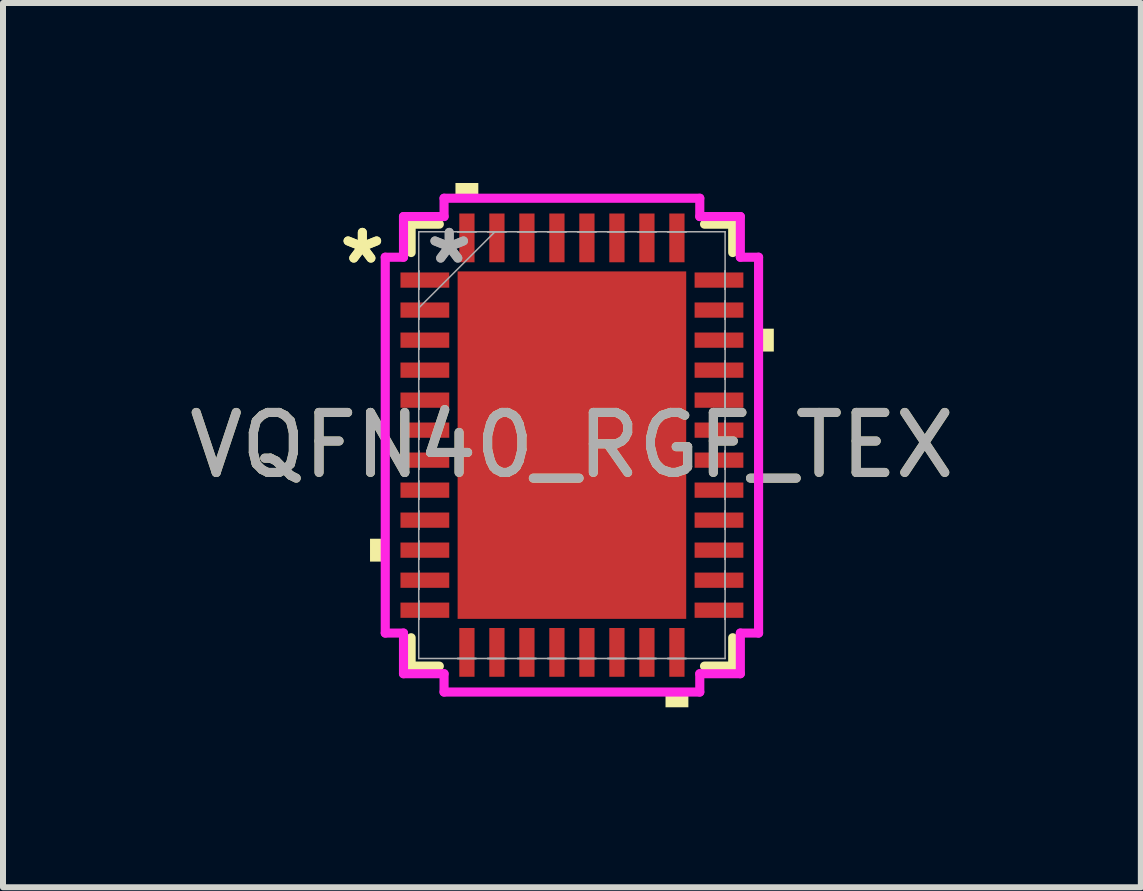
<source format=kicad_pcb>
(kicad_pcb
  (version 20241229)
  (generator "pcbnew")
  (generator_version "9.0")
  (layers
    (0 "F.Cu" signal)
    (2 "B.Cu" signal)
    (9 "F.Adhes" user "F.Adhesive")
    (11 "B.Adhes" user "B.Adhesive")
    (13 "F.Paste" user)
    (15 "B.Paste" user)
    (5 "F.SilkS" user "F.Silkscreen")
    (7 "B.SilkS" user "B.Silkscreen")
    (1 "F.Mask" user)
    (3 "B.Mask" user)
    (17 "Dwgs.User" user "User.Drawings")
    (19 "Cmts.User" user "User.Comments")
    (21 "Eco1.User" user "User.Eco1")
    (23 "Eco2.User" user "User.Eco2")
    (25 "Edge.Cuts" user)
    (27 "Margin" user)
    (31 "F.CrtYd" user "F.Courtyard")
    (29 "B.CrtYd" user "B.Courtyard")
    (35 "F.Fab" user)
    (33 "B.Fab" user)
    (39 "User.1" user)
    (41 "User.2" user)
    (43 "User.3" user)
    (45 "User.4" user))
  (footprint "VQFN40_RGF_TEX"
    (layer "F.Cu")
    (at 6.482 4.369)
    (property "Reference" "VQFN40_RGF_TEX" (at 0 0 0) (unlocked yes) (layer "F.SilkS") (effects (font (size 1 1) (thickness 0.15))))
    (attr smd)
    (fp_line (start -2.68 -3.683) (end -2.68 -3.21) (stroke (width 0.152) (type solid)) (layer "F.SilkS"))
    (fp_line (start -2.68 3.21) (end -2.68 3.683) (stroke (width 0.152) (type solid)) (layer "F.SilkS"))
    (fp_line (start -2.68 3.683) (end -2.21 3.683) (stroke (width 0.152) (type solid)) (layer "F.SilkS"))
    (fp_line (start -2.21 -3.683) (end -2.68 -3.683) (stroke (width 0.152) (type solid)) (layer "F.SilkS"))
    (fp_line (start 2.21 3.683) (end 2.68 3.683) (stroke (width 0.152) (type solid)) (layer "F.SilkS"))
    (fp_line (start 2.68 -3.683) (end 2.21 -3.683) (stroke (width 0.152) (type solid)) (layer "F.SilkS"))
    (fp_line (start 2.68 -3.21) (end 2.68 -3.683) (stroke (width 0.152) (type solid)) (layer "F.SilkS"))
    (fp_line (start 2.68 3.683) (end 2.68 3.21) (stroke (width 0.152) (type solid)) (layer "F.SilkS"))
    (fp_poly (pts (xy -3.365 1.56) (xy -3.365 1.941) (xy -3.111 1.941) (xy -3.111 1.56)) (stroke (width 0) (type solid)) (fill yes) (layer "F.SilkS"))
    (fp_poly (pts (xy -1.941 -4.115) (xy -1.941 -4.369) (xy -1.56 -4.369) (xy -1.56 -4.115)) (stroke (width 0) (type solid)) (fill yes) (layer "F.SilkS"))
    (fp_poly (pts (xy 1.56 4.115) (xy 1.56 4.369) (xy 1.941 4.369) (xy 1.941 4.115)) (stroke (width 0) (type solid)) (fill yes) (layer "F.SilkS"))
    (fp_poly (pts (xy 3.365 -1.941) (xy 3.365 -1.56) (xy 3.111 -1.56) (xy 3.111 -1.941)) (stroke (width 0) (type solid)) (fill yes) (layer "F.SilkS"))
    (fp_poly (pts (xy -1.805 -2.796) (xy -1.805 -1.548) (xy -0.735 -1.548) (xy -0.735 -2.796)) (stroke (width 0) (type solid)) (fill yes) (layer "F.Paste"))
    (fp_poly (pts (xy -1.805 -1.348) (xy -1.805 -0.1) (xy -0.735 -0.1) (xy -0.735 -1.348)) (stroke (width 0) (type solid)) (fill yes) (layer "F.Paste"))
    (fp_poly (pts (xy -1.805 0.1) (xy -1.805 1.348) (xy -0.735 1.348) (xy -0.735 0.1)) (stroke (width 0) (type solid)) (fill yes) (layer "F.Paste"))
    (fp_poly (pts (xy -1.805 1.548) (xy -1.805 2.796) (xy -0.735 2.796) (xy -0.735 1.548)) (stroke (width 0) (type solid)) (fill yes) (layer "F.Paste"))
    (fp_poly (pts (xy -0.535 -2.796) (xy -0.535 -1.548) (xy 0.535 -1.548) (xy 0.535 -2.796)) (stroke (width 0) (type solid)) (fill yes) (layer "F.Paste"))
    (fp_poly (pts (xy -0.535 -1.348) (xy -0.535 -0.1) (xy 0.535 -0.1) (xy 0.535 -1.348)) (stroke (width 0) (type solid)) (fill yes) (layer "F.Paste"))
    (fp_poly (pts (xy -0.535 0.1) (xy -0.535 1.348) (xy 0.535 1.348) (xy 0.535 0.1)) (stroke (width 0) (type solid)) (fill yes) (layer "F.Paste"))
    (fp_poly (pts (xy -0.535 1.548) (xy -0.535 2.796) (xy 0.535 2.796) (xy 0.535 1.548)) (stroke (width 0) (type solid)) (fill yes) (layer "F.Paste"))
    (fp_poly (pts (xy 0.735 -2.796) (xy 0.735 -1.548) (xy 1.805 -1.548) (xy 1.805 -2.796)) (stroke (width 0) (type solid)) (fill yes) (layer "F.Paste"))
    (fp_poly (pts (xy 0.735 -1.348) (xy 0.735 -0.1) (xy 1.805 -0.1) (xy 1.805 -1.348)) (stroke (width 0) (type solid)) (fill yes) (layer "F.Paste"))
    (fp_poly (pts (xy 0.735 0.1) (xy 0.735 1.348) (xy 1.805 1.348) (xy 1.805 0.1)) (stroke (width 0) (type solid)) (fill yes) (layer "F.Paste"))
    (fp_poly (pts (xy 0.735 1.548) (xy 0.735 2.796) (xy 1.805 2.796) (xy 1.805 1.548)) (stroke (width 0) (type solid)) (fill yes) (layer "F.Paste"))
    (fp_line (start -3.111 -3.132) (end -2.807 -3.132) (stroke (width 0.152) (type solid)) (layer "F.CrtYd"))
    (fp_line (start -3.111 3.132) (end -3.111 -3.132) (stroke (width 0.152) (type solid)) (layer "F.CrtYd"))
    (fp_line (start -2.807 -3.81) (end -2.131 -3.81) (stroke (width 0.152) (type solid)) (layer "F.CrtYd"))
    (fp_line (start -2.807 -3.132) (end -2.807 -3.81) (stroke (width 0.152) (type solid)) (layer "F.CrtYd"))
    (fp_line (start -2.807 3.132) (end -3.111 3.132) (stroke (width 0.152) (type solid)) (layer "F.CrtYd"))
    (fp_line (start -2.807 3.81) (end -2.807 3.132) (stroke (width 0.152) (type solid)) (layer "F.CrtYd"))
    (fp_line (start -2.131 -4.115) (end 2.131 -4.115) (stroke (width 0.152) (type solid)) (layer "F.CrtYd"))
    (fp_line (start -2.131 -3.81) (end -2.131 -4.115) (stroke (width 0.152) (type solid)) (layer "F.CrtYd"))
    (fp_line (start -2.131 3.81) (end -2.807 3.81) (stroke (width 0.152) (type solid)) (layer "F.CrtYd"))
    (fp_line (start -2.131 4.115) (end -2.131 3.81) (stroke (width 0.152) (type solid)) (layer "F.CrtYd"))
    (fp_line (start 2.131 -4.115) (end 2.131 -3.81) (stroke (width 0.152) (type solid)) (layer "F.CrtYd"))
    (fp_line (start 2.131 -3.81) (end 2.807 -3.81) (stroke (width 0.152) (type solid)) (layer "F.CrtYd"))
    (fp_line (start 2.131 3.81) (end 2.131 4.115) (stroke (width 0.152) (type solid)) (layer "F.CrtYd"))
    (fp_line (start 2.131 4.115) (end -2.131 4.115) (stroke (width 0.152) (type solid)) (layer "F.CrtYd"))
    (fp_line (start 2.807 -3.81) (end 2.807 -3.132) (stroke (width 0.152) (type solid)) (layer "F.CrtYd"))
    (fp_line (start 2.807 -3.132) (end 3.111 -3.132) (stroke (width 0.152) (type solid)) (layer "F.CrtYd"))
    (fp_line (start 2.807 3.132) (end 2.807 3.81) (stroke (width 0.152) (type solid)) (layer "F.CrtYd"))
    (fp_line (start 2.807 3.81) (end 2.131 3.81) (stroke (width 0.152) (type solid)) (layer "F.CrtYd"))
    (fp_line (start 3.111 -3.132) (end 3.111 3.132) (stroke (width 0.152) (type solid)) (layer "F.CrtYd"))
    (fp_line (start 3.111 3.132) (end 2.807 3.132) (stroke (width 0.152) (type solid)) (layer "F.CrtYd"))
    (fp_line (start -2.553 -3.556) (end -2.553 -3.556) (stroke (width 0.025) (type solid)) (layer "F.Fab"))
    (fp_line (start -2.553 -3.556) (end -2.553 3.556) (stroke (width 0.025) (type solid)) (layer "F.Fab"))
    (fp_line (start -2.553 -2.903) (end -2.553 -2.903) (stroke (width 0.025) (type solid)) (layer "F.Fab"))
    (fp_line (start -2.553 -2.903) (end -2.553 -2.598) (stroke (width 0.025) (type solid)) (layer "F.Fab"))
    (fp_line (start -2.553 -2.598) (end -2.553 -2.903) (stroke (width 0.025) (type solid)) (layer "F.Fab"))
    (fp_line (start -2.553 -2.598) (end -2.553 -2.598) (stroke (width 0.025) (type solid)) (layer "F.Fab"))
    (fp_line (start -2.553 -2.403) (end -2.553 -2.403) (stroke (width 0.025) (type solid)) (layer "F.Fab"))
    (fp_line (start -2.553 -2.403) (end -2.553 -2.098) (stroke (width 0.025) (type solid)) (layer "F.Fab"))
    (fp_line (start -2.553 -2.286) (end -1.283 -3.556) (stroke (width 0.025) (type solid)) (layer "F.Fab"))
    (fp_line (start -2.553 -2.098) (end -2.553 -2.403) (stroke (width 0.025) (type solid)) (layer "F.Fab"))
    (fp_line (start -2.553 -2.098) (end -2.553 -2.098) (stroke (width 0.025) (type solid)) (layer "F.Fab"))
    (fp_line (start -2.553 -1.903) (end -2.553 -1.903) (stroke (width 0.025) (type solid)) (layer "F.Fab"))
    (fp_line (start -2.553 -1.903) (end -2.553 -1.598) (stroke (width 0.025) (type solid)) (layer "F.Fab"))
    (fp_line (start -2.553 -1.598) (end -2.553 -1.903) (stroke (width 0.025) (type solid)) (layer "F.Fab"))
    (fp_line (start -2.553 -1.598) (end -2.553 -1.598) (stroke (width 0.025) (type solid)) (layer "F.Fab"))
    (fp_line (start -2.553 -1.403) (end -2.553 -1.403) (stroke (width 0.025) (type solid)) (layer "F.Fab"))
    (fp_line (start -2.553 -1.403) (end -2.553 -1.098) (stroke (width 0.025) (type solid)) (layer "F.Fab"))
    (fp_line (start -2.553 -1.098) (end -2.553 -1.403) (stroke (width 0.025) (type solid)) (layer "F.Fab"))
    (fp_line (start -2.553 -1.098) (end -2.553 -1.098) (stroke (width 0.025) (type solid)) (layer "F.Fab"))
    (fp_line (start -2.553 -0.903) (end -2.553 -0.903) (stroke (width 0.025) (type solid)) (layer "F.Fab"))
    (fp_line (start -2.553 -0.903) (end -2.553 -0.598) (stroke (width 0.025) (type solid)) (layer "F.Fab"))
    (fp_line (start -2.553 -0.598) (end -2.553 -0.903) (stroke (width 0.025) (type solid)) (layer "F.Fab"))
    (fp_line (start -2.553 -0.598) (end -2.553 -0.598) (stroke (width 0.025) (type solid)) (layer "F.Fab"))
    (fp_line (start -2.553 -0.402) (end -2.553 -0.402) (stroke (width 0.025) (type solid)) (layer "F.Fab"))
    (fp_line (start -2.553 -0.402) (end -2.553 -0.098) (stroke (width 0.025) (type solid)) (layer "F.Fab"))
    (fp_line (start -2.553 -0.098) (end -2.553 -0.402) (stroke (width 0.025) (type solid)) (layer "F.Fab"))
    (fp_line (start -2.553 -0.098) (end -2.553 -0.098) (stroke (width 0.025) (type solid)) (layer "F.Fab"))
    (fp_line (start -2.553 0.098) (end -2.553 0.098) (stroke (width 0.025) (type solid)) (layer "F.Fab"))
    (fp_line (start -2.553 0.098) (end -2.553 0.402) (stroke (width 0.025) (type solid)) (layer "F.Fab"))
    (fp_line (start -2.553 0.402) (end -2.553 0.098) (stroke (width 0.025) (type solid)) (layer "F.Fab"))
    (fp_line (start -2.553 0.402) (end -2.553 0.402) (stroke (width 0.025) (type solid)) (layer "F.Fab"))
    (fp_line (start -2.553 0.598) (end -2.553 0.598) (stroke (width 0.025) (type solid)) (layer "F.Fab"))
    (fp_line (start -2.553 0.598) (end -2.553 0.903) (stroke (width 0.025) (type solid)) (layer "F.Fab"))
    (fp_line (start -2.553 0.903) (end -2.553 0.598) (stroke (width 0.025) (type solid)) (layer "F.Fab"))
    (fp_line (start -2.553 0.903) (end -2.553 0.903) (stroke (width 0.025) (type solid)) (layer "F.Fab"))
    (fp_line (start -2.553 1.098) (end -2.553 1.098) (stroke (width 0.025) (type solid)) (layer "F.Fab"))
    (fp_line (start -2.553 1.098) (end -2.553 1.403) (stroke (width 0.025) (type solid)) (layer "F.Fab"))
    (fp_line (start -2.553 1.403) (end -2.553 1.098) (stroke (width 0.025) (type solid)) (layer "F.Fab"))
    (fp_line (start -2.553 1.403) (end -2.553 1.403) (stroke (width 0.025) (type solid)) (layer "F.Fab"))
    (fp_line (start -2.553 1.598) (end -2.553 1.598) (stroke (width 0.025) (type solid)) (layer "F.Fab"))
    (fp_line (start -2.553 1.598) (end -2.553 1.903) (stroke (width 0.025) (type solid)) (layer "F.Fab"))
    (fp_line (start -2.553 1.903) (end -2.553 1.598) (stroke (width 0.025) (type solid)) (layer "F.Fab"))
    (fp_line (start -2.553 1.903) (end -2.553 1.903) (stroke (width 0.025) (type solid)) (layer "F.Fab"))
    (fp_line (start -2.553 2.098) (end -2.553 2.098) (stroke (width 0.025) (type solid)) (layer "F.Fab"))
    (fp_line (start -2.553 2.098) (end -2.553 2.403) (stroke (width 0.025) (type solid)) (layer "F.Fab"))
    (fp_line (start -2.553 2.403) (end -2.553 2.098) (stroke (width 0.025) (type solid)) (layer "F.Fab"))
    (fp_line (start -2.553 2.403) (end -2.553 2.403) (stroke (width 0.025) (type solid)) (layer "F.Fab"))
    (fp_line (start -2.553 2.598) (end -2.553 2.598) (stroke (width 0.025) (type solid)) (layer "F.Fab"))
    (fp_line (start -2.553 2.598) (end -2.553 2.903) (stroke (width 0.025) (type solid)) (layer "F.Fab"))
    (fp_line (start -2.553 2.903) (end -2.553 2.598) (stroke (width 0.025) (type solid)) (layer "F.Fab"))
    (fp_line (start -2.553 2.903) (end -2.553 2.903) (stroke (width 0.025) (type solid)) (layer "F.Fab"))
    (fp_line (start -2.553 3.556) (end -2.553 3.556) (stroke (width 0.025) (type solid)) (layer "F.Fab"))
    (fp_line (start -2.553 3.556) (end 2.553 3.556) (stroke (width 0.025) (type solid)) (layer "F.Fab"))
    (fp_line (start -1.903 -3.556) (end -1.903 -3.556) (stroke (width 0.025) (type solid)) (layer "F.Fab"))
    (fp_line (start -1.903 -3.556) (end -1.598 -3.556) (stroke (width 0.025) (type solid)) (layer "F.Fab"))
    (fp_line (start -1.903 3.556) (end -1.903 3.556) (stroke (width 0.025) (type solid)) (layer "F.Fab"))
    (fp_line (start -1.903 3.556) (end -1.598 3.556) (stroke (width 0.025) (type solid)) (layer "F.Fab"))
    (fp_line (start -1.598 -3.556) (end -1.903 -3.556) (stroke (width 0.025) (type solid)) (layer "F.Fab"))
    (fp_line (start -1.598 -3.556) (end -1.598 -3.556) (stroke (width 0.025) (type solid)) (layer "F.Fab"))
    (fp_line (start -1.598 3.556) (end -1.903 3.556) (stroke (width 0.025) (type solid)) (layer "F.Fab"))
    (fp_line (start -1.598 3.556) (end -1.598 3.556) (stroke (width 0.025) (type solid)) (layer "F.Fab"))
    (fp_line (start -1.403 -3.556) (end -1.403 -3.556) (stroke (width 0.025) (type solid)) (layer "F.Fab"))
    (fp_line (start -1.403 -3.556) (end -1.098 -3.556) (stroke (width 0.025) (type solid)) (layer "F.Fab"))
    (fp_line (start -1.403 3.556) (end -1.403 3.556) (stroke (width 0.025) (type solid)) (layer "F.Fab"))
    (fp_line (start -1.403 3.556) (end -1.098 3.556) (stroke (width 0.025) (type solid)) (layer "F.Fab"))
    (fp_line (start -1.098 -3.556) (end -1.403 -3.556) (stroke (width 0.025) (type solid)) (layer "F.Fab"))
    (fp_line (start -1.098 -3.556) (end -1.098 -3.556) (stroke (width 0.025) (type solid)) (layer "F.Fab"))
    (fp_line (start -1.098 3.556) (end -1.403 3.556) (stroke (width 0.025) (type solid)) (layer "F.Fab"))
    (fp_line (start -1.098 3.556) (end -1.098 3.556) (stroke (width 0.025) (type solid)) (layer "F.Fab"))
    (fp_line (start -0.903 -3.556) (end -0.903 -3.556) (stroke (width 0.025) (type solid)) (layer "F.Fab"))
    (fp_line (start -0.903 -3.556) (end -0.598 -3.556) (stroke (width 0.025) (type solid)) (layer "F.Fab"))
    (fp_line (start -0.903 3.556) (end -0.903 3.556) (stroke (width 0.025) (type solid)) (layer "F.Fab"))
    (fp_line (start -0.903 3.556) (end -0.598 3.556) (stroke (width 0.025) (type solid)) (layer "F.Fab"))
    (fp_line (start -0.598 -3.556) (end -0.903 -3.556) (stroke (width 0.025) (type solid)) (layer "F.Fab"))
    (fp_line (start -0.598 -3.556) (end -0.598 -3.556) (stroke (width 0.025) (type solid)) (layer "F.Fab"))
    (fp_line (start -0.598 3.556) (end -0.903 3.556) (stroke (width 0.025) (type solid)) (layer "F.Fab"))
    (fp_line (start -0.598 3.556) (end -0.598 3.556) (stroke (width 0.025) (type solid)) (layer "F.Fab"))
    (fp_line (start -0.402 -3.556) (end -0.402 -3.556) (stroke (width 0.025) (type solid)) (layer "F.Fab"))
    (fp_line (start -0.402 -3.556) (end -0.098 -3.556) (stroke (width 0.025) (type solid)) (layer "F.Fab"))
    (fp_line (start -0.402 3.556) (end -0.402 3.556) (stroke (width 0.025) (type solid)) (layer "F.Fab"))
    (fp_line (start -0.402 3.556) (end -0.098 3.556) (stroke (width 0.025) (type solid)) (layer "F.Fab"))
    (fp_line (start -0.098 -3.556) (end -0.402 -3.556) (stroke (width 0.025) (type solid)) (layer "F.Fab"))
    (fp_line (start -0.098 -3.556) (end -0.098 -3.556) (stroke (width 0.025) (type solid)) (layer "F.Fab"))
    (fp_line (start -0.098 3.556) (end -0.402 3.556) (stroke (width 0.025) (type solid)) (layer "F.Fab"))
    (fp_line (start -0.098 3.556) (end -0.098 3.556) (stroke (width 0.025) (type solid)) (layer "F.Fab"))
    (fp_line (start 0.098 -3.556) (end 0.098 -3.556) (stroke (width 0.025) (type solid)) (layer "F.Fab"))
    (fp_line (start 0.098 -3.556) (end 0.402 -3.556) (stroke (width 0.025) (type solid)) (layer "F.Fab"))
    (fp_line (start 0.098 3.556) (end 0.098 3.556) (stroke (width 0.025) (type solid)) (layer "F.Fab"))
    (fp_line (start 0.098 3.556) (end 0.402 3.556) (stroke (width 0.025) (type solid)) (layer "F.Fab"))
    (fp_line (start 0.402 -3.556) (end 0.098 -3.556) (stroke (width 0.025) (type solid)) (layer "F.Fab"))
    (fp_line (start 0.402 -3.556) (end 0.402 -3.556) (stroke (width 0.025) (type solid)) (layer "F.Fab"))
    (fp_line (start 0.402 3.556) (end 0.098 3.556) (stroke (width 0.025) (type solid)) (layer "F.Fab"))
    (fp_line (start 0.402 3.556) (end 0.402 3.556) (stroke (width 0.025) (type solid)) (layer "F.Fab"))
    (fp_line (start 0.598 -3.556) (end 0.598 -3.556) (stroke (width 0.025) (type solid)) (layer "F.Fab"))
    (fp_line (start 0.598 -3.556) (end 0.903 -3.556) (stroke (width 0.025) (type solid)) (layer "F.Fab"))
    (fp_line (start 0.598 3.556) (end 0.598 3.556) (stroke (width 0.025) (type solid)) (layer "F.Fab"))
    (fp_line (start 0.598 3.556) (end 0.903 3.556) (stroke (width 0.025) (type solid)) (layer "F.Fab"))
    (fp_line (start 0.903 -3.556) (end 0.598 -3.556) (stroke (width 0.025) (type solid)) (layer "F.Fab"))
    (fp_line (start 0.903 -3.556) (end 0.903 -3.556) (stroke (width 0.025) (type solid)) (layer "F.Fab"))
    (fp_line (start 0.903 3.556) (end 0.598 3.556) (stroke (width 0.025) (type solid)) (layer "F.Fab"))
    (fp_line (start 0.903 3.556) (end 0.903 3.556) (stroke (width 0.025) (type solid)) (layer "F.Fab"))
    (fp_line (start 1.098 -3.556) (end 1.098 -3.556) (stroke (width 0.025) (type solid)) (layer "F.Fab"))
    (fp_line (start 1.098 -3.556) (end 1.403 -3.556) (stroke (width 0.025) (type solid)) (layer "F.Fab"))
    (fp_line (start 1.098 3.556) (end 1.098 3.556) (stroke (width 0.025) (type solid)) (layer "F.Fab"))
    (fp_line (start 1.098 3.556) (end 1.403 3.556) (stroke (width 0.025) (type solid)) (layer "F.Fab"))
    (fp_line (start 1.403 -3.556) (end 1.098 -3.556) (stroke (width 0.025) (type solid)) (layer "F.Fab"))
    (fp_line (start 1.403 -3.556) (end 1.403 -3.556) (stroke (width 0.025) (type solid)) (layer "F.Fab"))
    (fp_line (start 1.403 3.556) (end 1.098 3.556) (stroke (width 0.025) (type solid)) (layer "F.Fab"))
    (fp_line (start 1.403 3.556) (end 1.403 3.556) (stroke (width 0.025) (type solid)) (layer "F.Fab"))
    (fp_line (start 1.598 -3.556) (end 1.598 -3.556) (stroke (width 0.025) (type solid)) (layer "F.Fab"))
    (fp_line (start 1.598 -3.556) (end 1.903 -3.556) (stroke (width 0.025) (type solid)) (layer "F.Fab"))
    (fp_line (start 1.598 3.556) (end 1.598 3.556) (stroke (width 0.025) (type solid)) (layer "F.Fab"))
    (fp_line (start 1.598 3.556) (end 1.903 3.556) (stroke (width 0.025) (type solid)) (layer "F.Fab"))
    (fp_line (start 1.903 -3.556) (end 1.598 -3.556) (stroke (width 0.025) (type solid)) (layer "F.Fab"))
    (fp_line (start 1.903 -3.556) (end 1.903 -3.556) (stroke (width 0.025) (type solid)) (layer "F.Fab"))
    (fp_line (start 1.903 3.556) (end 1.598 3.556) (stroke (width 0.025) (type solid)) (layer "F.Fab"))
    (fp_line (start 1.903 3.556) (end 1.903 3.556) (stroke (width 0.025) (type solid)) (layer "F.Fab"))
    (fp_line (start 2.553 -3.556) (end -2.553 -3.556) (stroke (width 0.025) (type solid)) (layer "F.Fab"))
    (fp_line (start 2.553 -3.556) (end 2.553 -3.556) (stroke (width 0.025) (type solid)) (layer "F.Fab"))
    (fp_line (start 2.553 -2.903) (end 2.553 -2.903) (stroke (width 0.025) (type solid)) (layer "F.Fab"))
    (fp_line (start 2.553 -2.903) (end 2.553 -2.598) (stroke (width 0.025) (type solid)) (layer "F.Fab"))
    (fp_line (start 2.553 -2.598) (end 2.553 -2.903) (stroke (width 0.025) (type solid)) (layer "F.Fab"))
    (fp_line (start 2.553 -2.598) (end 2.553 -2.598) (stroke (width 0.025) (type solid)) (layer "F.Fab"))
    (fp_line (start 2.553 -2.403) (end 2.553 -2.403) (stroke (width 0.025) (type solid)) (layer "F.Fab"))
    (fp_line (start 2.553 -2.403) (end 2.553 -2.098) (stroke (width 0.025) (type solid)) (layer "F.Fab"))
    (fp_line (start 2.553 -2.098) (end 2.553 -2.403) (stroke (width 0.025) (type solid)) (layer "F.Fab"))
    (fp_line (start 2.553 -2.098) (end 2.553 -2.098) (stroke (width 0.025) (type solid)) (layer "F.Fab"))
    (fp_line (start 2.553 -1.903) (end 2.553 -1.903) (stroke (width 0.025) (type solid)) (layer "F.Fab"))
    (fp_line (start 2.553 -1.903) (end 2.553 -1.598) (stroke (width 0.025) (type solid)) (layer "F.Fab"))
    (fp_line (start 2.553 -1.598) (end 2.553 -1.903) (stroke (width 0.025) (type solid)) (layer "F.Fab"))
    (fp_line (start 2.553 -1.598) (end 2.553 -1.598) (stroke (width 0.025) (type solid)) (layer "F.Fab"))
    (fp_line (start 2.553 -1.403) (end 2.553 -1.403) (stroke (width 0.025) (type solid)) (layer "F.Fab"))
    (fp_line (start 2.553 -1.403) (end 2.553 -1.098) (stroke (width 0.025) (type solid)) (layer "F.Fab"))
    (fp_line (start 2.553 -1.098) (end 2.553 -1.403) (stroke (width 0.025) (type solid)) (layer "F.Fab"))
    (fp_line (start 2.553 -1.098) (end 2.553 -1.098) (stroke (width 0.025) (type solid)) (layer "F.Fab"))
    (fp_line (start 2.553 -0.903) (end 2.553 -0.903) (stroke (width 0.025) (type solid)) (layer "F.Fab"))
    (fp_line (start 2.553 -0.903) (end 2.553 -0.598) (stroke (width 0.025) (type solid)) (layer "F.Fab"))
    (fp_line (start 2.553 -0.598) (end 2.553 -0.903) (stroke (width 0.025) (type solid)) (layer "F.Fab"))
    (fp_line (start 2.553 -0.598) (end 2.553 -0.598) (stroke (width 0.025) (type solid)) (layer "F.Fab"))
    (fp_line (start 2.553 -0.402) (end 2.553 -0.402) (stroke (width 0.025) (type solid)) (layer "F.Fab"))
    (fp_line (start 2.553 -0.402) (end 2.553 -0.098) (stroke (width 0.025) (type solid)) (layer "F.Fab"))
    (fp_line (start 2.553 -0.098) (end 2.553 -0.402) (stroke (width 0.025) (type solid)) (layer "F.Fab"))
    (fp_line (start 2.553 -0.098) (end 2.553 -0.098) (stroke (width 0.025) (type solid)) (layer "F.Fab"))
    (fp_line (start 2.553 0.098) (end 2.553 0.098) (stroke (width 0.025) (type solid)) (layer "F.Fab"))
    (fp_line (start 2.553 0.098) (end 2.553 0.402) (stroke (width 0.025) (type solid)) (layer "F.Fab"))
    (fp_line (start 2.553 0.402) (end 2.553 0.098) (stroke (width 0.025) (type solid)) (layer "F.Fab"))
    (fp_line (start 2.553 0.402) (end 2.553 0.402) (stroke (width 0.025) (type solid)) (layer "F.Fab"))
    (fp_line (start 2.553 0.598) (end 2.553 0.598) (stroke (width 0.025) (type solid)) (layer "F.Fab"))
    (fp_line (start 2.553 0.598) (end 2.553 0.903) (stroke (width 0.025) (type solid)) (layer "F.Fab"))
    (fp_line (start 2.553 0.903) (end 2.553 0.598) (stroke (width 0.025) (type solid)) (layer "F.Fab"))
    (fp_line (start 2.553 0.903) (end 2.553 0.903) (stroke (width 0.025) (type solid)) (layer "F.Fab"))
    (fp_line (start 2.553 1.098) (end 2.553 1.098) (stroke (width 0.025) (type solid)) (layer "F.Fab"))
    (fp_line (start 2.553 1.098) (end 2.553 1.403) (stroke (width 0.025) (type solid)) (layer "F.Fab"))
    (fp_line (start 2.553 1.403) (end 2.553 1.098) (stroke (width 0.025) (type solid)) (layer "F.Fab"))
    (fp_line (start 2.553 1.403) (end 2.553 1.403) (stroke (width 0.025) (type solid)) (layer "F.Fab"))
    (fp_line (start 2.553 1.598) (end 2.553 1.598) (stroke (width 0.025) (type solid)) (layer "F.Fab"))
    (fp_line (start 2.553 1.598) (end 2.553 1.903) (stroke (width 0.025) (type solid)) (layer "F.Fab"))
    (fp_line (start 2.553 1.903) (end 2.553 1.598) (stroke (width 0.025) (type solid)) (layer "F.Fab"))
    (fp_line (start 2.553 1.903) (end 2.553 1.903) (stroke (width 0.025) (type solid)) (layer "F.Fab"))
    (fp_line (start 2.553 2.098) (end 2.553 2.098) (stroke (width 0.025) (type solid)) (layer "F.Fab"))
    (fp_line (start 2.553 2.098) (end 2.553 2.403) (stroke (width 0.025) (type solid)) (layer "F.Fab"))
    (fp_line (start 2.553 2.403) (end 2.553 2.098) (stroke (width 0.025) (type solid)) (layer "F.Fab"))
    (fp_line (start 2.553 2.403) (end 2.553 2.403) (stroke (width 0.025) (type solid)) (layer "F.Fab"))
    (fp_line (start 2.553 2.598) (end 2.553 2.598) (stroke (width 0.025) (type solid)) (layer "F.Fab"))
    (fp_line (start 2.553 2.598) (end 2.553 2.903) (stroke (width 0.025) (type solid)) (layer "F.Fab"))
    (fp_line (start 2.553 2.903) (end 2.553 2.598) (stroke (width 0.025) (type solid)) (layer "F.Fab"))
    (fp_line (start 2.553 2.903) (end 2.553 2.903) (stroke (width 0.025) (type solid)) (layer "F.Fab"))
    (fp_line (start 2.553 3.556) (end 2.553 -3.556) (stroke (width 0.025) (type solid)) (layer "F.Fab"))
    (fp_line (start 2.553 3.556) (end 2.553 3.556) (stroke (width 0.025) (type solid)) (layer "F.Fab"))
    (fp_text user "*" (at -3.493 -3.001 0) (layer "F.SilkS") (effects (font (size 1 1) (thickness 0.15))))
    (fp_text user "*" (at -3.493 -3.001 0) (unlocked yes) (layer "F.SilkS") (effects (font (size 1 1) (thickness 0.15))))
    (fp_text user "*" (at -2.045 -3.001 0) (unlocked yes) (layer "F.Fab") (effects (font (size 1 1) (thickness 0.15))))
    (fp_text user "*" (at -2.045 -3.001 0) (layer "F.Fab") (effects (font (size 1 1) (thickness 0.15))))
    (fp_text user "${REFERENCE}" (at 0 0 0) (unlocked yes) (layer "F.Fab") (effects (font (size 1 1) (thickness 0.15))))
    (pad "1" smd rect (at -2.451 -2.751 90) (size 0.254 0.813) (layers "F.Cu" "F.Mask" "F.Paste"))
    (pad "2" smd rect (at -2.451 -2.251 90) (size 0.254 0.813) (layers "F.Cu" "F.Mask" "F.Paste"))
    (pad "3" smd rect (at -2.451 -1.75 90) (size 0.254 0.813) (layers "F.Cu" "F.Mask" "F.Paste"))
    (pad "4" smd rect (at -2.451 -1.25 90) (size 0.254 0.813) (layers "F.Cu" "F.Mask" "F.Paste"))
    (pad "5" smd rect (at -2.451 -0.75 90) (size 0.254 0.813) (layers "F.Cu" "F.Mask" "F.Paste"))
    (pad "6" smd rect (at -2.451 -0.25 90) (size 0.254 0.813) (layers "F.Cu" "F.Mask" "F.Paste"))
    (pad "7" smd rect (at -2.451 0.25 90) (size 0.254 0.813) (layers "F.Cu" "F.Mask" "F.Paste"))
    (pad "8" smd rect (at -2.451 0.75 90) (size 0.254 0.813) (layers "F.Cu" "F.Mask" "F.Paste"))
    (pad "9" smd rect (at -2.451 1.25 90) (size 0.254 0.813) (layers "F.Cu" "F.Mask" "F.Paste"))
    (pad "10" smd rect (at -2.451 1.75 90) (size 0.254 0.813) (layers "F.Cu" "F.Mask" "F.Paste"))
    (pad "11" smd rect (at -2.451 2.251 90) (size 0.254 0.813) (layers "F.Cu" "F.Mask" "F.Paste"))
    (pad "12" smd rect (at -2.451 2.751 90) (size 0.254 0.813) (layers "F.Cu" "F.Mask" "F.Paste"))
    (pad "13" smd rect (at -1.75 3.454) (size 0.254 0.813) (layers "F.Cu" "F.Mask" "F.Paste"))
    (pad "14" smd rect (at -1.25 3.454) (size 0.254 0.813) (layers "F.Cu" "F.Mask" "F.Paste"))
    (pad "15" smd rect (at -0.75 3.454) (size 0.254 0.813) (layers "F.Cu" "F.Mask" "F.Paste"))
    (pad "16" smd rect (at -0.25 3.454) (size 0.254 0.813) (layers "F.Cu" "F.Mask" "F.Paste"))
    (pad "17" smd rect (at 0.25 3.454) (size 0.254 0.813) (layers "F.Cu" "F.Mask" "F.Paste"))
    (pad "18" smd rect (at 0.75 3.454) (size 0.254 0.813) (layers "F.Cu" "F.Mask" "F.Paste"))
    (pad "19" smd rect (at 1.25 3.454) (size 0.254 0.813) (layers "F.Cu" "F.Mask" "F.Paste"))
    (pad "20" smd rect (at 1.75 3.454) (size 0.254 0.813) (layers "F.Cu" "F.Mask" "F.Paste"))
    (pad "21" smd rect (at 2.451 2.751 90) (size 0.254 0.813) (layers "F.Cu" "F.Mask" "F.Paste"))
    (pad "22" smd rect (at 2.451 2.251 90) (size 0.254 0.813) (layers "F.Cu" "F.Mask" "F.Paste"))
    (pad "23" smd rect (at 2.451 1.75 90) (size 0.254 0.813) (layers "F.Cu" "F.Mask" "F.Paste"))
    (pad "24" smd rect (at 2.451 1.25 90) (size 0.254 0.813) (layers "F.Cu" "F.Mask" "F.Paste"))
    (pad "25" smd rect (at 2.451 0.75 90) (size 0.254 0.813) (layers "F.Cu" "F.Mask" "F.Paste"))
    (pad "26" smd rect (at 2.451 0.25 90) (size 0.254 0.813) (layers "F.Cu" "F.Mask" "F.Paste"))
    (pad "27" smd rect (at 2.451 -0.25 90) (size 0.254 0.813) (layers "F.Cu" "F.Mask" "F.Paste"))
    (pad "28" smd rect (at 2.451 -0.75 90) (size 0.254 0.813) (layers "F.Cu" "F.Mask" "F.Paste"))
    (pad "29" smd rect (at 2.451 -1.25 90) (size 0.254 0.813) (layers "F.Cu" "F.Mask" "F.Paste"))
    (pad "30" smd rect (at 2.451 -1.75 90) (size 0.254 0.813) (layers "F.Cu" "F.Mask" "F.Paste"))
    (pad "31" smd rect (at 2.451 -2.251 90) (size 0.254 0.813) (layers "F.Cu" "F.Mask" "F.Paste"))
    (pad "32" smd rect (at 2.451 -2.751 90) (size 0.254 0.813) (layers "F.Cu" "F.Mask" "F.Paste"))
    (pad "33" smd rect (at 1.75 -3.454) (size 0.254 0.813) (layers "F.Cu" "F.Mask" "F.Paste"))
    (pad "34" smd rect (at 1.25 -3.454) (size 0.254 0.813) (layers "F.Cu" "F.Mask" "F.Paste"))
    (pad "35" smd rect (at 0.75 -3.454) (size 0.254 0.813) (layers "F.Cu" "F.Mask" "F.Paste"))
    (pad "36" smd rect (at 0.25 -3.454) (size 0.254 0.813) (layers "F.Cu" "F.Mask" "F.Paste"))
    (pad "37" smd rect (at -0.25 -3.454) (size 0.254 0.813) (layers "F.Cu" "F.Mask" "F.Paste"))
    (pad "38" smd rect (at -0.75 -3.454) (size 0.254 0.813) (layers "F.Cu" "F.Mask" "F.Paste"))
    (pad "39" smd rect (at -1.25 -3.454) (size 0.254 0.813) (layers "F.Cu" "F.Mask" "F.Paste"))
    (pad "40" smd rect (at -1.75 -3.454) (size 0.254 0.813) (layers "F.Cu" "F.Mask" "F.Paste"))
    (pad "41" smd rect (at 0 0) (size 3.81 5.791) (layers "F.Cu" "F.Mask" "F.Paste")))
  (gr_rect
    (start -3 -3)
    (end 15.964 11.738)
    (stroke (width 0.1) (type default))
    (fill no)
    (layer "Edge.Cuts")))
</source>
